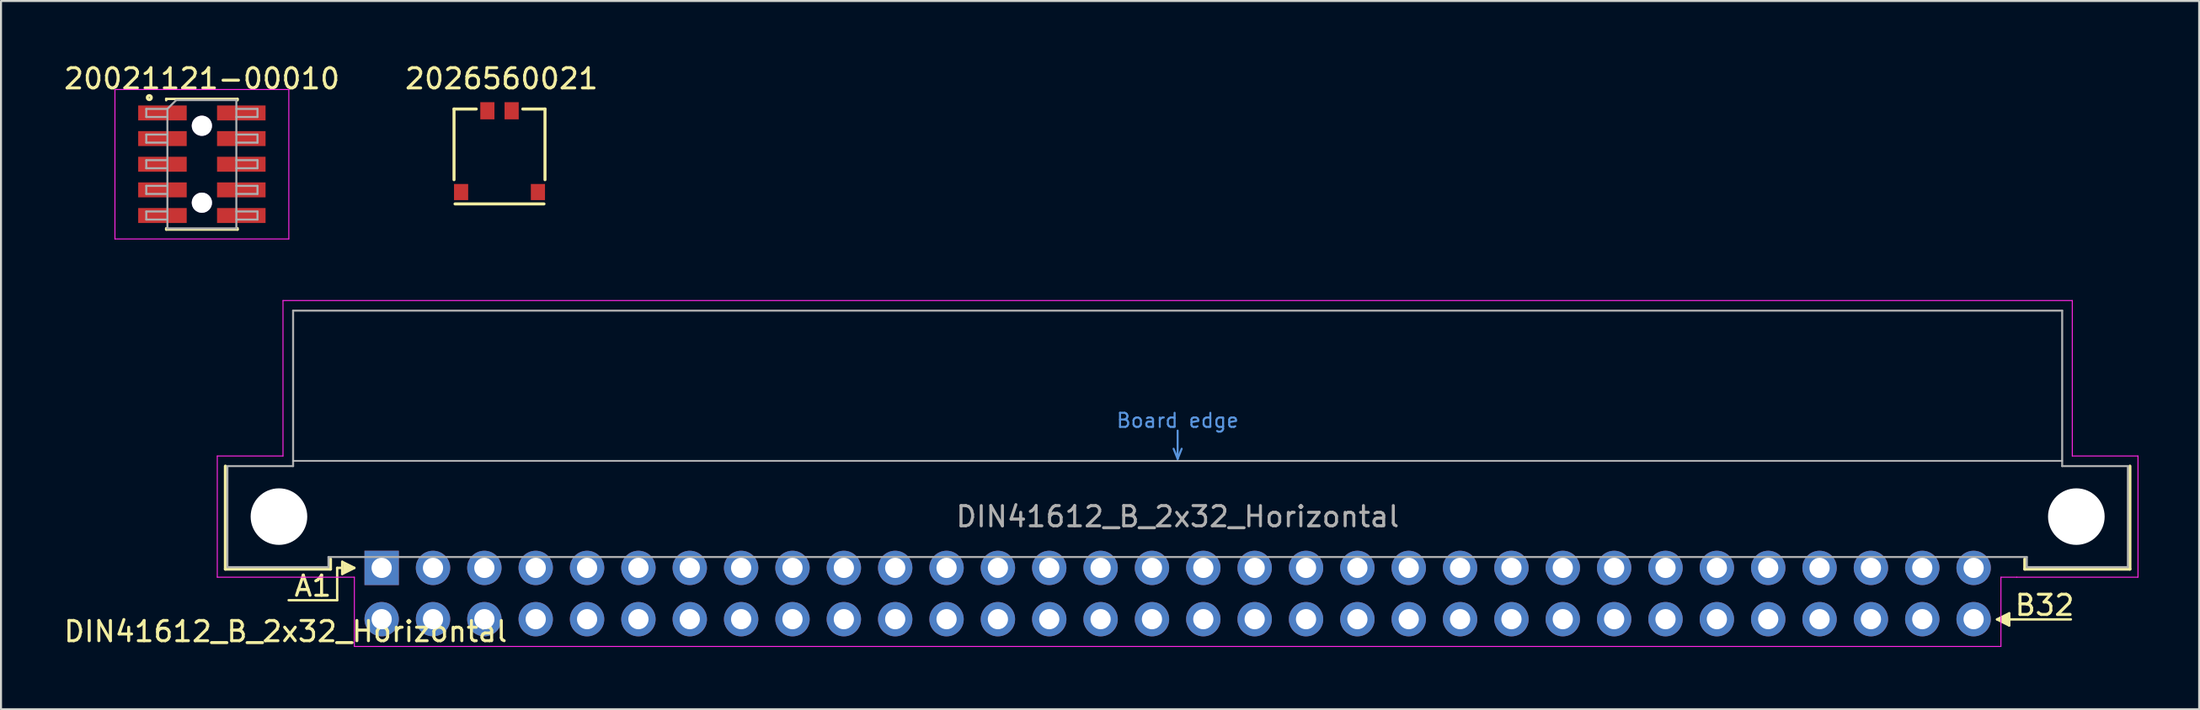
<source format=kicad_pcb>
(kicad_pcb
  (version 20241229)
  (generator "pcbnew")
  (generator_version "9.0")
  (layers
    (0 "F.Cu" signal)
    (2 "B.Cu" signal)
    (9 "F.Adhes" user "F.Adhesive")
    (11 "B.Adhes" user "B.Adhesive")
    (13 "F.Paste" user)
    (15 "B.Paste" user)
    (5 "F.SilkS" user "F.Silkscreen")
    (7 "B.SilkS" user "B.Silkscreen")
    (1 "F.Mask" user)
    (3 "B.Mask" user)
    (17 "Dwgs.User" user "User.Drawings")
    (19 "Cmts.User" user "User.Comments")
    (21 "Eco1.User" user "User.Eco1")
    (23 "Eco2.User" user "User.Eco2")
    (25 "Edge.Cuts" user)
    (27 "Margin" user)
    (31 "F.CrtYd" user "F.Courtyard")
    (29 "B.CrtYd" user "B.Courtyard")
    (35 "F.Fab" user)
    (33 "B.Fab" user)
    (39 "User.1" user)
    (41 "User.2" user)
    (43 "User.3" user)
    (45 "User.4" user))
  (footprint "2026560021"
    (layer "F.Cu")
    (at 21.656 4.448)
    (property "Reference" "2026560021" (at 0.1 -3.6 0) (layer "F.SilkS") (effects (font (size 1 1) (thickness 0.15))))
    (attr through_hole)
    (fp_line (start -2.25 -2.1) (end -2.25 1.4) (stroke (width 0.15) (type solid)) (layer "F.SilkS"))
    (fp_line (start -2.25 -2.1) (end -1.15 -2.1) (stroke (width 0.15) (type solid)) (layer "F.SilkS"))
    (fp_line (start -2.2 2.6) (end 2.2 2.6) (stroke (width 0.15) (type solid)) (layer "F.SilkS"))
    (fp_line (start 1.15 -2.1) (end 2.25 -2.1) (stroke (width 0.15) (type solid)) (layer "F.SilkS"))
    (fp_line (start 2.25 -2.1) (end 2.25 1.4) (stroke (width 0.15) (type solid)) (layer "F.SilkS"))
    (pad "" smd rect (at -1.9 2.013) (size 0.7 0.8) (layers "F.Cu" "F.Mask" "F.Paste"))
    (pad "" smd rect (at 1.9 2.013) (size 0.7 0.8) (layers "F.Cu" "F.Mask" "F.Paste"))
    (pad "1" smd rect (at -0.6 -2.013) (size 0.7 0.85) (layers "F.Cu" "F.Mask" "F.Paste"))
    (pad "2" smd rect (at 0.6 -2.013) (size 0.7 0.85) (layers "F.Cu" "F.Mask" "F.Paste")))
  (footprint "20021121-00010"
    (layer "F.Cu")
    (at 6.935 5.083)
    (property "Reference" "20021121-00010" (at 0 -4.235 0) (layer "F.SilkS") (effects (font (size 1 1) (thickness 0.15))))
    (attr smd)
    (fp_line (start -1.765 -3.235) (end -1.765 -3.17) (stroke (width 0.12) (type solid)) (layer "F.SilkS"))
    (fp_line (start -1.765 -3.235) (end 1.765 -3.235) (stroke (width 0.12) (type solid)) (layer "F.SilkS"))
    (fp_line (start -1.765 3.17) (end -1.765 3.235) (stroke (width 0.12) (type solid)) (layer "F.SilkS"))
    (fp_line (start -1.765 3.235) (end 1.765 3.235) (stroke (width 0.12) (type solid)) (layer "F.SilkS"))
    (fp_line (start 1.765 -3.235) (end 1.765 -3.17) (stroke (width 0.12) (type solid)) (layer "F.SilkS"))
    (fp_line (start 1.765 3.17) (end 1.765 3.235) (stroke (width 0.12) (type solid)) (layer "F.SilkS"))
    (fp_circle (center -2.6 -3.3) (end -2.6 -3.2) (stroke (width 0.15) (type solid)) (fill no) (layer "F.SilkS"))
    (fp_line (start -4.3 -3.7) (end -4.3 3.7) (stroke (width 0.05) (type solid)) (layer "F.CrtYd"))
    (fp_line (start -4.3 3.7) (end 4.3 3.7) (stroke (width 0.05) (type solid)) (layer "F.CrtYd"))
    (fp_line (start 4.3 -3.7) (end -4.3 -3.7) (stroke (width 0.05) (type solid)) (layer "F.CrtYd"))
    (fp_line (start 4.3 3.7) (end 4.3 -3.7) (stroke (width 0.05) (type solid)) (layer "F.CrtYd"))
    (fp_line (start -2.75 -2.74) (end -2.75 -2.34) (stroke (width 0.1) (type solid)) (layer "F.Fab"))
    (fp_line (start -2.75 -2.34) (end -1.705 -2.34) (stroke (width 0.1) (type solid)) (layer "F.Fab"))
    (fp_line (start -2.75 -1.47) (end -2.75 -1.07) (stroke (width 0.1) (type solid)) (layer "F.Fab"))
    (fp_line (start -2.75 -1.07) (end -1.705 -1.07) (stroke (width 0.1) (type solid)) (layer "F.Fab"))
    (fp_line (start -2.75 -0.2) (end -2.75 0.2) (stroke (width 0.1) (type solid)) (layer "F.Fab"))
    (fp_line (start -2.75 0.2) (end -1.705 0.2) (stroke (width 0.1) (type solid)) (layer "F.Fab"))
    (fp_line (start -2.75 1.07) (end -2.75 1.47) (stroke (width 0.1) (type solid)) (layer "F.Fab"))
    (fp_line (start -2.75 1.47) (end -1.705 1.47) (stroke (width 0.1) (type solid)) (layer "F.Fab"))
    (fp_line (start -2.75 2.34) (end -2.75 2.74) (stroke (width 0.1) (type solid)) (layer "F.Fab"))
    (fp_line (start -2.75 2.74) (end -1.705 2.74) (stroke (width 0.1) (type solid)) (layer "F.Fab"))
    (fp_line (start -1.705 -2.74) (end -2.75 -2.74) (stroke (width 0.1) (type solid)) (layer "F.Fab"))
    (fp_line (start -1.705 -2.74) (end -1.27 -3.175) (stroke (width 0.1) (type solid)) (layer "F.Fab"))
    (fp_line (start -1.705 -1.47) (end -2.75 -1.47) (stroke (width 0.1) (type solid)) (layer "F.Fab"))
    (fp_line (start -1.705 -0.2) (end -2.75 -0.2) (stroke (width 0.1) (type solid)) (layer "F.Fab"))
    (fp_line (start -1.705 1.07) (end -2.75 1.07) (stroke (width 0.1) (type solid)) (layer "F.Fab"))
    (fp_line (start -1.705 2.34) (end -2.75 2.34) (stroke (width 0.1) (type solid)) (layer "F.Fab"))
    (fp_line (start -1.705 3.175) (end -1.705 -2.74) (stroke (width 0.1) (type solid)) (layer "F.Fab"))
    (fp_line (start -1.27 -3.175) (end 1.705 -3.175) (stroke (width 0.1) (type solid)) (layer "F.Fab"))
    (fp_line (start 1.705 -3.175) (end 1.705 3.175) (stroke (width 0.1) (type solid)) (layer "F.Fab"))
    (fp_line (start 1.705 -2.74) (end 2.75 -2.74) (stroke (width 0.1) (type solid)) (layer "F.Fab"))
    (fp_line (start 1.705 -1.47) (end 2.75 -1.47) (stroke (width 0.1) (type solid)) (layer "F.Fab"))
    (fp_line (start 1.705 -0.2) (end 2.75 -0.2) (stroke (width 0.1) (type solid)) (layer "F.Fab"))
    (fp_line (start 1.705 1.07) (end 2.75 1.07) (stroke (width 0.1) (type solid)) (layer "F.Fab"))
    (fp_line (start 1.705 2.34) (end 2.75 2.34) (stroke (width 0.1) (type solid)) (layer "F.Fab"))
    (fp_line (start 1.705 3.175) (end -1.705 3.175) (stroke (width 0.1) (type solid)) (layer "F.Fab"))
    (fp_line (start 2.75 -2.74) (end 2.75 -2.34) (stroke (width 0.1) (type solid)) (layer "F.Fab"))
    (fp_line (start 2.75 -2.34) (end 1.705 -2.34) (stroke (width 0.1) (type solid)) (layer "F.Fab"))
    (fp_line (start 2.75 -1.47) (end 2.75 -1.07) (stroke (width 0.1) (type solid)) (layer "F.Fab"))
    (fp_line (start 2.75 -1.07) (end 1.705 -1.07) (stroke (width 0.1) (type solid)) (layer "F.Fab"))
    (fp_line (start 2.75 -0.2) (end 2.75 0.2) (stroke (width 0.1) (type solid)) (layer "F.Fab"))
    (fp_line (start 2.75 0.2) (end 1.705 0.2) (stroke (width 0.1) (type solid)) (layer "F.Fab"))
    (fp_line (start 2.75 1.07) (end 2.75 1.47) (stroke (width 0.1) (type solid)) (layer "F.Fab"))
    (fp_line (start 2.75 1.47) (end 1.705 1.47) (stroke (width 0.1) (type solid)) (layer "F.Fab"))
    (fp_line (start 2.75 2.34) (end 2.75 2.74) (stroke (width 0.1) (type solid)) (layer "F.Fab"))
    (fp_line (start 2.75 2.74) (end 1.705 2.74) (stroke (width 0.1) (type solid)) (layer "F.Fab"))
    (pad "" thru_hole circle (at 0 -1.905) (size 1 1) (drill 1) (layers "*.Cu"))
    (pad "" thru_hole circle (at 0 1.905) (size 1 1) (drill 1) (layers "*.Cu"))
    (pad "1" smd rect (at -1.95 -2.54) (size 2.4 0.74) (layers "F.Cu" "F.Mask" "F.Paste"))
    (pad "2" smd rect (at 1.95 -2.54) (size 2.4 0.74) (layers "F.Cu" "F.Mask" "F.Paste"))
    (pad "3" smd rect (at -1.95 -1.27) (size 2.4 0.74) (layers "F.Cu" "F.Mask" "F.Paste"))
    (pad "4" smd rect (at 1.95 -1.27) (size 2.4 0.74) (layers "F.Cu" "F.Mask" "F.Paste"))
    (pad "5" smd rect (at -1.95 0) (size 2.4 0.74) (layers "F.Cu" "F.Mask" "F.Paste"))
    (pad "6" smd rect (at 1.95 0) (size 2.4 0.74) (layers "F.Cu" "F.Mask" "F.Paste"))
    (pad "7" smd rect (at -1.95 1.27) (size 2.4 0.74) (layers "F.Cu" "F.Mask" "F.Paste"))
    (pad "8" smd rect (at 1.95 1.27) (size 2.4 0.74) (layers "F.Cu" "F.Mask" "F.Paste"))
    (pad "9" smd rect (at -1.95 2.54) (size 2.4 0.74) (layers "F.Cu" "F.Mask" "F.Paste"))
    (pad "10" smd rect (at 1.95 2.54) (size 2.4 0.74) (layers "F.Cu" "F.Mask" "F.Paste")))
  (footprint "DIN41612_B_2x32_Horizontal"
    (layer "F.Cu")
    (at 15.827 25.073)
    (property "Reference" "DIN41612_B_2x32_Horizontal" (at -4.75 3.15 0) (layer "F.SilkS") (effects (font (size 1 1) (thickness 0.15))))
    (attr through_hole)
    (fp_poly (pts (xy -2.7 -0.1) (xy -2.7 -5.25) (xy -7.6 -5.25) (xy -7.6 -0.1)) (stroke (width 0.15) (type solid)) (fill yes) (layer "F.Mask"))
    (fp_poly (pts (xy 86.3 -0.1) (xy 86.3 -5.25) (xy 81.4 -5.25) (xy 81.4 -0.1)) (stroke (width 0.15) (type solid)) (fill yes) (layer "F.Mask"))
    (fp_poly (pts (xy -2.7 -0.1) (xy -2.7 -5.25) (xy -7.6 -5.25) (xy -7.6 -0.1)) (stroke (width 0.15) (type solid)) (fill yes) (layer "B.Mask"))
    (fp_poly (pts (xy 86.3 -0.1) (xy 86.3 -5.25) (xy 81.4 -5.25) (xy 81.4 -0.1)) (stroke (width 0.15) (type solid)) (fill yes) (layer "B.Mask"))
    (fp_line (start -7.73 0.06) (end -7.73 -5.04) (stroke (width 0.15) (type solid)) (layer "F.SilkS"))
    (fp_line (start -2.53 -0.44) (end -2.53 0.06) (stroke (width 0.15) (type solid)) (layer "F.SilkS"))
    (fp_line (start -2.53 0.06) (end -7.73 0.06) (stroke (width 0.15) (type solid)) (layer "F.SilkS"))
    (fp_line (start -2.2 0) (end -2.2 1.6) (stroke (width 0.12) (type solid)) (layer "F.SilkS"))
    (fp_line (start -2.2 0) (end -2 0) (stroke (width 0.12) (type solid)) (layer "F.SilkS"))
    (fp_line (start -2.2 1.6) (end -4.6 1.6) (stroke (width 0.12) (type solid)) (layer "F.SilkS"))
    (fp_line (start -1.95 -0.3) (end -1.95 0.3) (stroke (width 0.12) (type solid)) (layer "F.SilkS"))
    (fp_line (start -1.95 0.3) (end -1.35 0) (stroke (width 0.12) (type solid)) (layer "F.SilkS"))
    (fp_line (start -1.85 -0.2) (end -1.85 0.2) (stroke (width 0.12) (type solid)) (layer "F.SilkS"))
    (fp_line (start -1.85 0.2) (end -1.8 -0.1) (stroke (width 0.12) (type solid)) (layer "F.SilkS"))
    (fp_line (start -1.8 -0.1) (end -1.75 0.15) (stroke (width 0.12) (type solid)) (layer "F.SilkS"))
    (fp_line (start -1.75 0.15) (end -1.7 -0.15) (stroke (width 0.12) (type solid)) (layer "F.SilkS"))
    (fp_line (start -1.7 -0.15) (end -1.6 0.1) (stroke (width 0.12) (type solid)) (layer "F.SilkS"))
    (fp_line (start -1.6 0.1) (end -1.55 -0.05) (stroke (width 0.12) (type solid)) (layer "F.SilkS"))
    (fp_line (start -1.55 -0.05) (end -1.5 0.05) (stroke (width 0.12) (type solid)) (layer "F.SilkS"))
    (fp_line (start -1.5 0.05) (end -1.65 0.1) (stroke (width 0.12) (type solid)) (layer "F.SilkS"))
    (fp_line (start -1.35 0) (end -1.95 -0.3) (stroke (width 0.12) (type solid)) (layer "F.SilkS"))
    (fp_line (start 79.9 2.55) (end 80.5 2.85) (stroke (width 0.12) (type solid)) (layer "F.SilkS"))
    (fp_line (start 80.05 2.5) (end 80.2 2.45) (stroke (width 0.12) (type solid)) (layer "F.SilkS"))
    (fp_line (start 80.1 2.6) (end 80.05 2.5) (stroke (width 0.12) (type solid)) (layer "F.SilkS"))
    (fp_line (start 80.15 2.45) (end 80.1 2.6) (stroke (width 0.12) (type solid)) (layer "F.SilkS"))
    (fp_line (start 80.25 2.7) (end 80.15 2.45) (stroke (width 0.12) (type solid)) (layer "F.SilkS"))
    (fp_line (start 80.3 2.4) (end 80.25 2.7) (stroke (width 0.12) (type solid)) (layer "F.SilkS"))
    (fp_line (start 80.35 2.65) (end 80.3 2.4) (stroke (width 0.12) (type solid)) (layer "F.SilkS"))
    (fp_line (start 80.4 2.35) (end 80.35 2.65) (stroke (width 0.12) (type solid)) (layer "F.SilkS"))
    (fp_line (start 80.4 2.75) (end 80.4 2.35) (stroke (width 0.12) (type solid)) (layer "F.SilkS"))
    (fp_line (start 80.5 2.25) (end 79.9 2.55) (stroke (width 0.12) (type solid)) (layer "F.SilkS"))
    (fp_line (start 80.5 2.55) (end 83.55 2.55) (stroke (width 0.12) (type solid)) (layer "F.SilkS"))
    (fp_line (start 80.5 2.85) (end 80.5 2.25) (stroke (width 0.12) (type solid)) (layer "F.SilkS"))
    (fp_line (start 81.27 -0.44) (end 81.27 0.06) (stroke (width 0.15) (type solid)) (layer "F.SilkS"))
    (fp_line (start 81.27 0.06) (end 86.47 0.06) (stroke (width 0.15) (type solid)) (layer "F.SilkS"))
    (fp_line (start 86.47 0.06) (end 86.47 -5.04) (stroke (width 0.15) (type solid)) (layer "F.SilkS"))
    (fp_line (start -4.38 -5.3) (end 83.12 -5.3) (stroke (width 0.08) (type solid)) (layer "Dwgs.User"))
    (fp_line (start 39.17 -5.9) (end 39.37 -5.4) (stroke (width 0.1) (type solid)) (layer "Cmts.User"))
    (fp_line (start 39.37 -6.8) (end 39.37 -5.4) (stroke (width 0.1) (type solid)) (layer "Cmts.User"))
    (fp_line (start 39.37 -5.4) (end 39.57 -5.9) (stroke (width 0.1) (type solid)) (layer "Cmts.User"))
    (fp_line (start -8.13 -5.54) (end -4.88 -5.54) (stroke (width 0.05) (type solid)) (layer "F.CrtYd"))
    (fp_line (start -8.13 0.46) (end -8.13 -5.54) (stroke (width 0.05) (type solid)) (layer "F.CrtYd"))
    (fp_line (start -4.88 -13.24) (end 83.62 -13.24) (stroke (width 0.05) (type solid)) (layer "F.CrtYd"))
    (fp_line (start -4.88 -5.54) (end -4.88 -13.24) (stroke (width 0.05) (type solid)) (layer "F.CrtYd"))
    (fp_line (start -1.35 0.46) (end -8.13 0.46) (stroke (width 0.05) (type solid)) (layer "F.CrtYd"))
    (fp_line (start -1.35 3.89) (end -1.35 0.46) (stroke (width 0.05) (type solid)) (layer "F.CrtYd"))
    (fp_line (start 80.09 0.46) (end 80.09 3.89) (stroke (width 0.05) (type solid)) (layer "F.CrtYd"))
    (fp_line (start 80.09 3.89) (end -1.35 3.89) (stroke (width 0.05) (type solid)) (layer "F.CrtYd"))
    (fp_line (start 80.87 0.46) (end 80.09 0.46) (stroke (width 0.05) (type solid)) (layer "F.CrtYd"))
    (fp_line (start 83.62 -13.24) (end 83.62 -5.54) (stroke (width 0.05) (type solid)) (layer "F.CrtYd"))
    (fp_line (start 83.62 -5.54) (end 86.87 -5.54) (stroke (width 0.05) (type solid)) (layer "F.CrtYd"))
    (fp_line (start 86.87 -5.54) (end 86.87 0.46) (stroke (width 0.05) (type solid)) (layer "F.CrtYd"))
    (fp_line (start 86.87 0.46) (end 80.87 0.46) (stroke (width 0.05) (type solid)) (layer "F.CrtYd"))
    (fp_line (start -7.63 -5.04) (end -4.38 -5.04) (stroke (width 0.1) (type solid)) (layer "F.Fab"))
    (fp_line (start -7.63 -0.04) (end -7.63 -5.04) (stroke (width 0.1) (type solid)) (layer "F.Fab"))
    (fp_line (start -4.38 -12.74) (end 83.12 -12.74) (stroke (width 0.1) (type solid)) (layer "F.Fab"))
    (fp_line (start -4.38 -5.04) (end -4.38 -12.74) (stroke (width 0.1) (type solid)) (layer "F.Fab"))
    (fp_line (start -2.63 -0.54) (end -2.63 -0.04) (stroke (width 0.1) (type solid)) (layer "F.Fab"))
    (fp_line (start -2.63 -0.04) (end -7.63 -0.04) (stroke (width 0.1) (type solid)) (layer "F.Fab"))
    (fp_line (start 81.37 -0.54) (end -2.63 -0.54) (stroke (width 0.1) (type solid)) (layer "F.Fab"))
    (fp_line (start 81.37 -0.04) (end 81.37 -0.54) (stroke (width 0.1) (type solid)) (layer "F.Fab"))
    (fp_line (start 83.12 -12.74) (end 83.12 -5.04) (stroke (width 0.1) (type solid)) (layer "F.Fab"))
    (fp_line (start 83.12 -5.04) (end 86.37 -5.04) (stroke (width 0.1) (type solid)) (layer "F.Fab"))
    (fp_line (start 86.37 -5.04) (end 86.37 -0.04) (stroke (width 0.1) (type solid)) (layer "F.Fab"))
    (fp_line (start 86.37 -0.04) (end 81.37 -0.04) (stroke (width 0.1) (type solid)) (layer "F.Fab"))
    (fp_text user "A1" (at -3.4 0.9 0) (layer "F.SilkS") (effects (font (size 1 1) (thickness 0.15))))
    (fp_text user "B32" (at 82.25 1.85 0) (layer "F.SilkS") (effects (font (size 1 1) (thickness 0.15))))
    (fp_text user "Board edge" (at 39.37 -7.3 0) (layer "Cmts.User") (effects (font (size 0.7 0.7) (thickness 0.1))))
    (fp_text user "${REFERENCE}" (at 39.37 -2.54 0) (layer "F.Fab") (effects (font (size 1 1) (thickness 0.15))))
    (pad "" np_thru_hole circle (at -5.08 -2.54) (size 2.8 2.8) (drill 2.8) (layers "*.Cu" "*.Mask"))
    (pad "" np_thru_hole circle (at 83.82 -2.54) (size 2.8 2.8) (drill 2.8) (layers "*.Cu" "*.Mask"))
    (pad "A1" thru_hole rect (at 0 0) (size 1.7 1.7) (drill 1) (layers "*.Cu" "*.Mask"))
    (pad "A2" thru_hole circle (at 2.54 0) (size 1.7 1.7) (drill 1) (layers "*.Cu" "*.Mask"))
    (pad "A3" thru_hole circle (at 5.08 0) (size 1.7 1.7) (drill 1) (layers "*.Cu" "*.Mask"))
    (pad "A4" thru_hole circle (at 7.62 0) (size 1.7 1.7) (drill 1) (layers "*.Cu" "*.Mask"))
    (pad "A5" thru_hole circle (at 10.16 0) (size 1.7 1.7) (drill 1) (layers "*.Cu" "*.Mask"))
    (pad "A6" thru_hole circle (at 12.7 0) (size 1.7 1.7) (drill 1) (layers "*.Cu" "*.Mask"))
    (pad "A7" thru_hole circle (at 15.24 0) (size 1.7 1.7) (drill 1) (layers "*.Cu" "*.Mask"))
    (pad "A8" thru_hole circle (at 17.78 0) (size 1.7 1.7) (drill 1) (layers "*.Cu" "*.Mask"))
    (pad "A9" thru_hole circle (at 20.32 0) (size 1.7 1.7) (drill 1) (layers "*.Cu" "*.Mask"))
    (pad "A10" thru_hole circle (at 22.86 0) (size 1.7 1.7) (drill 1) (layers "*.Cu" "*.Mask"))
    (pad "A11" thru_hole circle (at 25.4 0) (size 1.7 1.7) (drill 1) (layers "*.Cu" "*.Mask"))
    (pad "A12" thru_hole circle (at 27.94 0) (size 1.7 1.7) (drill 1) (layers "*.Cu" "*.Mask"))
    (pad "A13" thru_hole circle (at 30.48 0) (size 1.7 1.7) (drill 1) (layers "*.Cu" "*.Mask"))
    (pad "A14" thru_hole circle (at 33.02 0) (size 1.7 1.7) (drill 1) (layers "*.Cu" "*.Mask"))
    (pad "A15" thru_hole circle (at 35.56 0) (size 1.7 1.7) (drill 1) (layers "*.Cu" "*.Mask"))
    (pad "A16" thru_hole circle (at 38.1 0) (size 1.7 1.7) (drill 1) (layers "*.Cu" "*.Mask"))
    (pad "A17" thru_hole circle (at 40.64 0) (size 1.7 1.7) (drill 1) (layers "*.Cu" "*.Mask"))
    (pad "A18" thru_hole circle (at 43.18 0) (size 1.7 1.7) (drill 1) (layers "*.Cu" "*.Mask"))
    (pad "A19" thru_hole circle (at 45.72 0) (size 1.7 1.7) (drill 1) (layers "*.Cu" "*.Mask"))
    (pad "A20" thru_hole circle (at 48.26 0) (size 1.7 1.7) (drill 1) (layers "*.Cu" "*.Mask"))
    (pad "A21" thru_hole circle (at 50.8 0) (size 1.7 1.7) (drill 1) (layers "*.Cu" "*.Mask"))
    (pad "A22" thru_hole circle (at 53.34 0) (size 1.7 1.7) (drill 1) (layers "*.Cu" "*.Mask"))
    (pad "A23" thru_hole circle (at 55.88 0) (size 1.7 1.7) (drill 1) (layers "*.Cu" "*.Mask"))
    (pad "A24" thru_hole circle (at 58.42 0) (size 1.7 1.7) (drill 1) (layers "*.Cu" "*.Mask"))
    (pad "A25" thru_hole circle (at 60.96 0) (size 1.7 1.7) (drill 1) (layers "*.Cu" "*.Mask"))
    (pad "A26" thru_hole circle (at 63.5 0) (size 1.7 1.7) (drill 1) (layers "*.Cu" "*.Mask"))
    (pad "A27" thru_hole circle (at 66.04 0) (size 1.7 1.7) (drill 1) (layers "*.Cu" "*.Mask"))
    (pad "A28" thru_hole circle (at 68.58 0) (size 1.7 1.7) (drill 1) (layers "*.Cu" "*.Mask"))
    (pad "A29" thru_hole circle (at 71.12 0) (size 1.7 1.7) (drill 1) (layers "*.Cu" "*.Mask"))
    (pad "A30" thru_hole circle (at 73.66 0) (size 1.7 1.7) (drill 1) (layers "*.Cu" "*.Mask"))
    (pad "A31" thru_hole circle (at 76.2 0) (size 1.7 1.7) (drill 1) (layers "*.Cu" "*.Mask"))
    (pad "A32" thru_hole circle (at 78.74 0) (size 1.7 1.7) (drill 1) (layers "*.Cu" "*.Mask"))
    (pad "B1" thru_hole circle (at 0 2.54) (size 1.7 1.7) (drill 1) (layers "*.Cu" "*.Mask"))
    (pad "B2" thru_hole circle (at 2.54 2.54) (size 1.7 1.7) (drill 1) (layers "*.Cu" "*.Mask"))
    (pad "B3" thru_hole circle (at 5.08 2.54) (size 1.7 1.7) (drill 1) (layers "*.Cu" "*.Mask"))
    (pad "B4" thru_hole circle (at 7.62 2.54) (size 1.7 1.7) (drill 1) (layers "*.Cu" "*.Mask"))
    (pad "B5" thru_hole circle (at 10.16 2.54) (size 1.7 1.7) (drill 1) (layers "*.Cu" "*.Mask"))
    (pad "B6" thru_hole circle (at 12.7 2.54) (size 1.7 1.7) (drill 1) (layers "*.Cu" "*.Mask"))
    (pad "B7" thru_hole circle (at 15.24 2.54) (size 1.7 1.7) (drill 1) (layers "*.Cu" "*.Mask"))
    (pad "B8" thru_hole circle (at 17.78 2.54) (size 1.7 1.7) (drill 1) (layers "*.Cu" "*.Mask"))
    (pad "B9" thru_hole circle (at 20.32 2.54) (size 1.7 1.7) (drill 1) (layers "*.Cu" "*.Mask"))
    (pad "B10" thru_hole circle (at 22.86 2.54) (size 1.7 1.7) (drill 1) (layers "*.Cu" "*.Mask"))
    (pad "B11" thru_hole circle (at 25.4 2.54) (size 1.7 1.7) (drill 1) (layers "*.Cu" "*.Mask"))
    (pad "B12" thru_hole circle (at 27.94 2.54) (size 1.7 1.7) (drill 1) (layers "*.Cu" "*.Mask"))
    (pad "B13" thru_hole circle (at 30.48 2.54) (size 1.7 1.7) (drill 1) (layers "*.Cu" "*.Mask"))
    (pad "B14" thru_hole circle (at 33.02 2.54) (size 1.7 1.7) (drill 1) (layers "*.Cu" "*.Mask"))
    (pad "B15" thru_hole circle (at 35.56 2.54) (size 1.7 1.7) (drill 1) (layers "*.Cu" "*.Mask"))
    (pad "B16" thru_hole circle (at 38.1 2.54) (size 1.7 1.7) (drill 1) (layers "*.Cu" "*.Mask"))
    (pad "B17" thru_hole circle (at 40.64 2.54) (size 1.7 1.7) (drill 1) (layers "*.Cu" "*.Mask"))
    (pad "B18" thru_hole circle (at 43.18 2.54) (size 1.7 1.7) (drill 1) (layers "*.Cu" "*.Mask"))
    (pad "B19" thru_hole circle (at 45.72 2.54) (size 1.7 1.7) (drill 1) (layers "*.Cu" "*.Mask"))
    (pad "B20" thru_hole circle (at 48.26 2.54) (size 1.7 1.7) (drill 1) (layers "*.Cu" "*.Mask"))
    (pad "B21" thru_hole circle (at 50.8 2.54) (size 1.7 1.7) (drill 1) (layers "*.Cu" "*.Mask"))
    (pad "B22" thru_hole circle (at 53.34 2.54) (size 1.7 1.7) (drill 1) (layers "*.Cu" "*.Mask"))
    (pad "B23" thru_hole circle (at 55.88 2.54) (size 1.7 1.7) (drill 1) (layers "*.Cu" "*.Mask"))
    (pad "B24" thru_hole circle (at 58.42 2.54) (size 1.7 1.7) (drill 1) (layers "*.Cu" "*.Mask"))
    (pad "B25" thru_hole circle (at 60.96 2.54) (size 1.7 1.7) (drill 1) (layers "*.Cu" "*.Mask"))
    (pad "B26" thru_hole circle (at 63.5 2.54) (size 1.7 1.7) (drill 1) (layers "*.Cu" "*.Mask"))
    (pad "B27" thru_hole circle (at 66.04 2.54) (size 1.7 1.7) (drill 1) (layers "*.Cu" "*.Mask"))
    (pad "B28" thru_hole circle (at 68.58 2.54) (size 1.7 1.7) (drill 1) (layers "*.Cu" "*.Mask"))
    (pad "B29" thru_hole circle (at 71.12 2.54) (size 1.7 1.7) (drill 1) (layers "*.Cu" "*.Mask"))
    (pad "B30" thru_hole circle (at 73.66 2.54) (size 1.7 1.7) (drill 1) (layers "*.Cu" "*.Mask"))
    (pad "B31" thru_hole circle (at 76.2 2.54) (size 1.7 1.7) (drill 1) (layers "*.Cu" "*.Mask"))
    (pad "B32" thru_hole circle (at 78.74 2.54) (size 1.7 1.7) (drill 1) (layers "*.Cu" "*.Mask")))
  (gr_rect
    (start -3 -3)
    (end 105.722 32.072)
    (stroke (width 0.1) (type default))
    (fill no)
    (layer "Edge.Cuts")))
</source>
